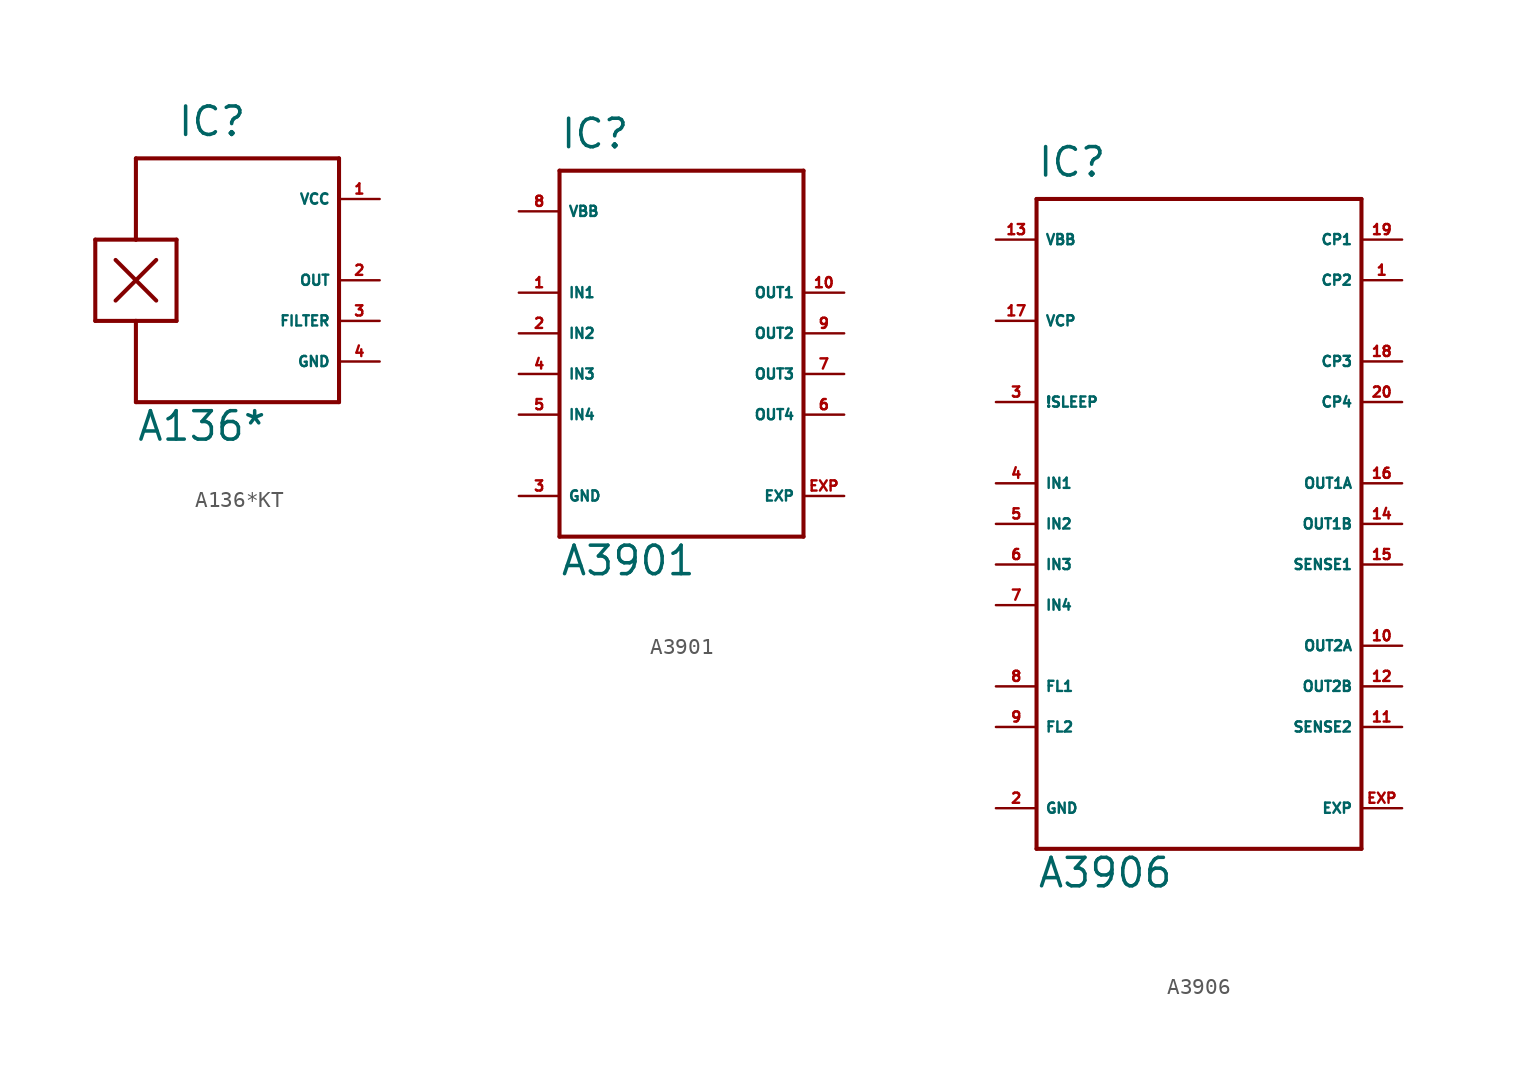
<source format=kicad_sym>
(kicad_symbol_lib
  (version 20220914)
  (generator Eagle2Kicad)
  (symbol "A136*KT"
    (property "Reference" "IC"
      (at -5.08 8.89 0)
      (effects (font (size 1.778 1.778) (thickness 0.22)) (justify left bottom)))
    (property "Value" "A136*"
      (at -7.62 -10.16 0)
      (effects (font (size 1.778 1.778) (thickness 0.22)) (justify left bottom)))
    (polyline
      (pts (xy -7.62 7.62) (xy 5.08 7.62))
      (stroke (width 0.254) (type default))
      (fill (type none)))
    (polyline
      (pts (xy 5.08 7.62) (xy 5.08 -7.62))
      (stroke (width 0.254) (type default))
      (fill (type none)))
    (polyline
      (pts (xy 5.08 -7.62) (xy -7.62 -7.62))
      (stroke (width 0.254) (type default))
      (fill (type none)))
    (polyline
      (pts (xy -10.16 -2.54) (xy -10.16 2.54))
      (stroke (width 0.254) (type default))
      (fill (type none)))
    (polyline
      (pts (xy -10.16 2.54) (xy -7.62 2.54))
      (stroke (width 0.254) (type default))
      (fill (type none)))
    (polyline
      (pts (xy -7.62 2.54) (xy -5.08 2.54))
      (stroke (width 0.254) (type default))
      (fill (type none)))
    (polyline
      (pts (xy -5.08 2.54) (xy -5.08 -2.54))
      (stroke (width 0.254) (type default))
      (fill (type none)))
    (polyline
      (pts (xy -5.08 -2.54) (xy -7.62 -2.54))
      (stroke (width 0.254) (type default))
      (fill (type none)))
    (polyline
      (pts (xy -7.62 -2.54) (xy -10.16 -2.54))
      (stroke (width 0.254) (type default))
      (fill (type none)))
    (polyline
      (pts (xy -6.35 1.27) (xy -8.89 -1.27))
      (stroke (width 0.254) (type default))
      (fill (type none)))
    (polyline
      (pts (xy -8.89 1.27) (xy -6.35 -1.27))
      (stroke (width 0.254) (type default))
      (fill (type none)))
    (polyline
      (pts (xy -7.62 2.54) (xy -7.62 7.62))
      (stroke (width 0.254) (type default))
      (fill (type none)))
    (polyline
      (pts (xy -7.62 -2.54) (xy -7.62 -7.62))
      (stroke (width 0.254) (type default))
      (fill (type none)))
    (pin unspecified line
      (at 7.62 5.08 180)
      (length 2.54)
      (name "VCC" (effects (font (size 0.635 0.635) (thickness 0.08)) (justify left bottom)))
      (number "1" (effects (font (size 0.635 0.635) (thickness 0.08)) (justify left bottom))))
    (pin unspecified line
      (at 7.62 -5.08 180)
      (length 2.54)
      (name "GND" (effects (font (size 0.635 0.635) (thickness 0.08)) (justify left bottom)))
      (number "4" (effects (font (size 0.635 0.635) (thickness 0.08)) (justify left bottom))))
    (pin output line
      (at 7.62 0 180)
      (length 2.54)
      (name "OUT" (effects (font (size 0.635 0.635) (thickness 0.08)) (justify left bottom)))
      (number "2" (effects (font (size 0.635 0.635) (thickness 0.08)) (justify left bottom))))
    (pin passive line
      (at 7.62 -2.54 180)
      (length 2.54)
      (name "FILTER" (effects (font (size 0.635 0.635) (thickness 0.08)) (justify left bottom)))
      (number "3" (effects (font (size 0.635 0.635) (thickness 0.08)) (justify left bottom)))))
  (symbol "A3901"
    (property "Reference" "IC"
      (at -7.62 11.43 0)
      (effects (font (size 1.778 1.778) (thickness 0.22)) (justify left bottom)))
    (property "Value" "A3901"
      (at -7.62 -15.24 0)
      (effects (font (size 1.778 1.778) (thickness 0.22)) (justify left bottom)))
    (polyline
      (pts (xy -7.62 10.16) (xy 7.62 10.16))
      (stroke (width 0.254) (type default))
      (fill (type none)))
    (polyline
      (pts (xy 7.62 10.16) (xy 7.62 -12.7))
      (stroke (width 0.254) (type default))
      (fill (type none)))
    (polyline
      (pts (xy 7.62 -12.7) (xy -7.62 -12.7))
      (stroke (width 0.254) (type default))
      (fill (type none)))
    (polyline
      (pts (xy -7.62 -12.7) (xy -7.62 10.16))
      (stroke (width 0.254) (type default))
      (fill (type none)))
    (pin input line
      (at -10.16 2.54 0)
      (length 2.54)
      (name "IN1" (effects (font (size 0.635 0.635) (thickness 0.08)) (justify left bottom)))
      (number "1" (effects (font (size 0.635 0.635) (thickness 0.08)) (justify left bottom))))
    (pin input line
      (at -10.16 0 0)
      (length 2.54)
      (name "IN2" (effects (font (size 0.635 0.635) (thickness 0.08)) (justify left bottom)))
      (number "2" (effects (font (size 0.635 0.635) (thickness 0.08)) (justify left bottom))))
    (pin input line
      (at -10.16 -2.54 0)
      (length 2.54)
      (name "IN3" (effects (font (size 0.635 0.635) (thickness 0.08)) (justify left bottom)))
      (number "4" (effects (font (size 0.635 0.635) (thickness 0.08)) (justify left bottom))))
    (pin input line
      (at -10.16 -5.08 0)
      (length 2.54)
      (name "IN4" (effects (font (size 0.635 0.635) (thickness 0.08)) (justify left bottom)))
      (number "5" (effects (font (size 0.635 0.635) (thickness 0.08)) (justify left bottom))))
    (pin output line
      (at 10.16 2.54 180)
      (length 2.54)
      (name "OUT1" (effects (font (size 0.635 0.635) (thickness 0.08)) (justify left bottom)))
      (number "10" (effects (font (size 0.635 0.635) (thickness 0.08)) (justify left bottom))))
    (pin output line
      (at 10.16 0 180)
      (length 2.54)
      (name "OUT2" (effects (font (size 0.635 0.635) (thickness 0.08)) (justify left bottom)))
      (number "9" (effects (font (size 0.635 0.635) (thickness 0.08)) (justify left bottom))))
    (pin output line
      (at 10.16 -2.54 180)
      (length 2.54)
      (name "OUT3" (effects (font (size 0.635 0.635) (thickness 0.08)) (justify left bottom)))
      (number "7" (effects (font (size 0.635 0.635) (thickness 0.08)) (justify left bottom))))
    (pin output line
      (at 10.16 -5.08 180)
      (length 2.54)
      (name "OUT4" (effects (font (size 0.635 0.635) (thickness 0.08)) (justify left bottom)))
      (number "6" (effects (font (size 0.635 0.635) (thickness 0.08)) (justify left bottom))))
    (pin unspecified line
      (at -10.16 -10.16 0)
      (length 2.54)
      (name "GND" (effects (font (size 0.635 0.635) (thickness 0.08)) (justify left bottom)))
      (number "3" (effects (font (size 0.635 0.635) (thickness 0.08)) (justify left bottom))))
    (pin unspecified line
      (at -10.16 7.62 0)
      (length 2.54)
      (name "VBB" (effects (font (size 0.635 0.635) (thickness 0.08)) (justify left bottom)))
      (number "8" (effects (font (size 0.635 0.635) (thickness 0.08)) (justify left bottom))))
    (pin passive line
      (at 10.16 -10.16 180)
      (length 2.54)
      (name "EXP" (effects (font (size 0.635 0.635) (thickness 0.08)) (justify left bottom)))
      (number "EXP" (effects (font (size 0.635 0.635) (thickness 0.08)) (justify left bottom)))))
  (symbol "A3906"
    (property "Reference" "IC"
      (at -10.16 16.51 0)
      (effects (font (size 1.778 1.778) (thickness 0.22)) (justify left bottom)))
    (property "Value" "A3906"
      (at -10.16 -27.94 0)
      (effects (font (size 1.778 1.778) (thickness 0.22)) (justify left bottom)))
    (polyline
      (pts (xy -10.16 15.24) (xy 10.16 15.24))
      (stroke (width 0.254) (type default))
      (fill (type none)))
    (polyline
      (pts (xy 10.16 15.24) (xy 10.16 -25.4))
      (stroke (width 0.254) (type default))
      (fill (type none)))
    (polyline
      (pts (xy 10.16 -25.4) (xy -10.16 -25.4))
      (stroke (width 0.254) (type default))
      (fill (type none)))
    (polyline
      (pts (xy -10.16 -25.4) (xy -10.16 15.24))
      (stroke (width 0.254) (type default))
      (fill (type none)))
    (pin input line
      (at -12.7 -2.54 0)
      (length 2.54)
      (name "IN1" (effects (font (size 0.635 0.635) (thickness 0.08)) (justify left bottom)))
      (number "4" (effects (font (size 0.635 0.635) (thickness 0.08)) (justify left bottom))))
    (pin input line
      (at -12.7 -5.08 0)
      (length 2.54)
      (name "IN2" (effects (font (size 0.635 0.635) (thickness 0.08)) (justify left bottom)))
      (number "5" (effects (font (size 0.635 0.635) (thickness 0.08)) (justify left bottom))))
    (pin input line
      (at -12.7 -7.62 0)
      (length 2.54)
      (name "IN3" (effects (font (size 0.635 0.635) (thickness 0.08)) (justify left bottom)))
      (number "6" (effects (font (size 0.635 0.635) (thickness 0.08)) (justify left bottom))))
    (pin input line
      (at -12.7 -10.16 0)
      (length 2.54)
      (name "IN4" (effects (font (size 0.635 0.635) (thickness 0.08)) (justify left bottom)))
      (number "7" (effects (font (size 0.635 0.635) (thickness 0.08)) (justify left bottom))))
    (pin output line
      (at 12.7 -2.54 180)
      (length 2.54)
      (name "OUT1A" (effects (font (size 0.635 0.635) (thickness 0.08)) (justify left bottom)))
      (number "16" (effects (font (size 0.635 0.635) (thickness 0.08)) (justify left bottom))))
    (pin output line
      (at 12.7 -5.08 180)
      (length 2.54)
      (name "OUT1B" (effects (font (size 0.635 0.635) (thickness 0.08)) (justify left bottom)))
      (number "14" (effects (font (size 0.635 0.635) (thickness 0.08)) (justify left bottom))))
    (pin output line
      (at 12.7 -12.7 180)
      (length 2.54)
      (name "OUT2A" (effects (font (size 0.635 0.635) (thickness 0.08)) (justify left bottom)))
      (number "10" (effects (font (size 0.635 0.635) (thickness 0.08)) (justify left bottom))))
    (pin output line
      (at 12.7 -15.24 180)
      (length 2.54)
      (name "OUT2B" (effects (font (size 0.635 0.635) (thickness 0.08)) (justify left bottom)))
      (number "12" (effects (font (size 0.635 0.635) (thickness 0.08)) (justify left bottom))))
    (pin unspecified line
      (at -12.7 -22.86 0)
      (length 2.54)
      (name "GND" (effects (font (size 0.635 0.635) (thickness 0.08)) (justify left bottom)))
      (number "2" (effects (font (size 0.635 0.635) (thickness 0.08)) (justify left bottom))))
    (pin unspecified line
      (at -12.7 12.7 0)
      (length 2.54)
      (name "VBB" (effects (font (size 0.635 0.635) (thickness 0.08)) (justify left bottom)))
      (number "13" (effects (font (size 0.635 0.635) (thickness 0.08)) (justify left bottom))))
    (pin passive line
      (at 12.7 -22.86 180)
      (length 2.54)
      (name "EXP" (effects (font (size 0.635 0.635) (thickness 0.08)) (justify left bottom)))
      (number "EXP" (effects (font (size 0.635 0.635) (thickness 0.08)) (justify left bottom))))
    (pin input line
      (at -12.7 2.54 0)
      (length 2.54)
      (name "!SLEEP" (effects (font (size 0.635 0.635) (thickness 0.08)) (justify left bottom)))
      (number "3" (effects (font (size 0.635 0.635) (thickness 0.08)) (justify left bottom))))
    (pin input line
      (at -12.7 -15.24 0)
      (length 2.54)
      (name "FL1" (effects (font (size 0.635 0.635) (thickness 0.08)) (justify left bottom)))
      (number "8" (effects (font (size 0.635 0.635) (thickness 0.08)) (justify left bottom))))
    (pin input line
      (at -12.7 -17.78 0)
      (length 2.54)
      (name "FL2" (effects (font (size 0.635 0.635) (thickness 0.08)) (justify left bottom)))
      (number "9" (effects (font (size 0.635 0.635) (thickness 0.08)) (justify left bottom))))
    (pin input line
      (at 12.7 -7.62 180)
      (length 2.54)
      (name "SENSE1" (effects (font (size 0.635 0.635) (thickness 0.08)) (justify left bottom)))
      (number "15" (effects (font (size 0.635 0.635) (thickness 0.08)) (justify left bottom))))
    (pin input line
      (at 12.7 -17.78 180)
      (length 2.54)
      (name "SENSE2" (effects (font (size 0.635 0.635) (thickness 0.08)) (justify left bottom)))
      (number "11" (effects (font (size 0.635 0.635) (thickness 0.08)) (justify left bottom))))
    (pin passive line
      (at -12.7 7.62 0)
      (length 2.54)
      (name "VCP" (effects (font (size 0.635 0.635) (thickness 0.08)) (justify left bottom)))
      (number "17" (effects (font (size 0.635 0.635) (thickness 0.08)) (justify left bottom))))
    (pin passive line
      (at 12.7 12.7 180)
      (length 2.54)
      (name "CP1" (effects (font (size 0.635 0.635) (thickness 0.08)) (justify left bottom)))
      (number "19" (effects (font (size 0.635 0.635) (thickness 0.08)) (justify left bottom))))
    (pin passive line
      (at 12.7 10.16 180)
      (length 2.54)
      (name "CP2" (effects (font (size 0.635 0.635) (thickness 0.08)) (justify left bottom)))
      (number "1" (effects (font (size 0.635 0.635) (thickness 0.08)) (justify left bottom))))
    (pin passive line
      (at 12.7 5.08 180)
      (length 2.54)
      (name "CP3" (effects (font (size 0.635 0.635) (thickness 0.08)) (justify left bottom)))
      (number "18" (effects (font (size 0.635 0.635) (thickness 0.08)) (justify left bottom))))
    (pin passive line
      (at 12.7 2.54 180)
      (length 2.54)
      (name "CP4" (effects (font (size 0.635 0.635) (thickness 0.08)) (justify left bottom)))
      (number "20" (effects (font (size 0.635 0.635) (thickness 0.08)) (justify left bottom))))))
</source>
